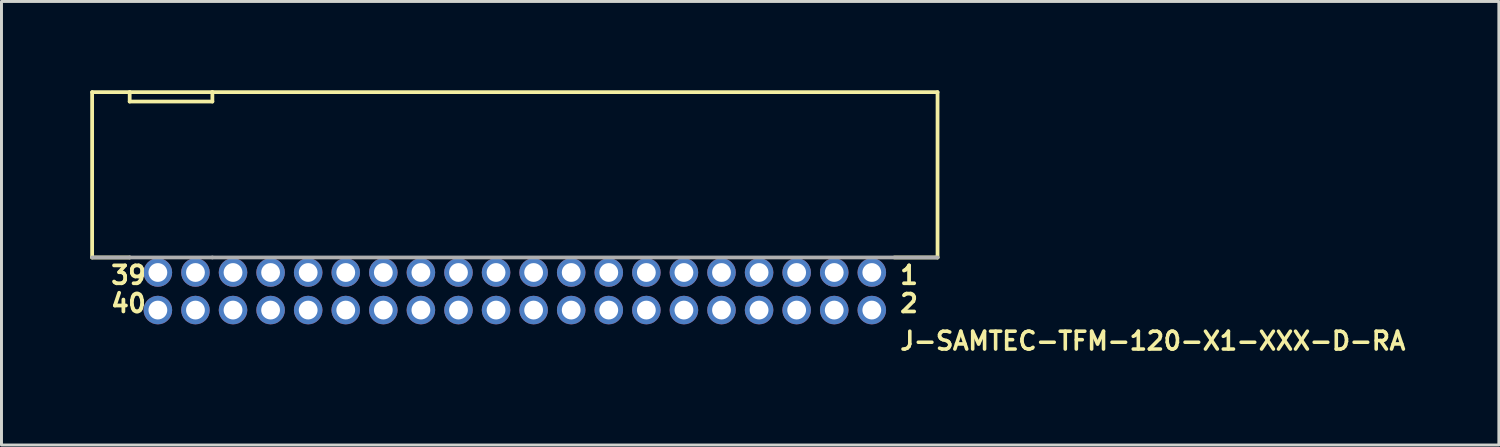
<source format=kicad_pcb>
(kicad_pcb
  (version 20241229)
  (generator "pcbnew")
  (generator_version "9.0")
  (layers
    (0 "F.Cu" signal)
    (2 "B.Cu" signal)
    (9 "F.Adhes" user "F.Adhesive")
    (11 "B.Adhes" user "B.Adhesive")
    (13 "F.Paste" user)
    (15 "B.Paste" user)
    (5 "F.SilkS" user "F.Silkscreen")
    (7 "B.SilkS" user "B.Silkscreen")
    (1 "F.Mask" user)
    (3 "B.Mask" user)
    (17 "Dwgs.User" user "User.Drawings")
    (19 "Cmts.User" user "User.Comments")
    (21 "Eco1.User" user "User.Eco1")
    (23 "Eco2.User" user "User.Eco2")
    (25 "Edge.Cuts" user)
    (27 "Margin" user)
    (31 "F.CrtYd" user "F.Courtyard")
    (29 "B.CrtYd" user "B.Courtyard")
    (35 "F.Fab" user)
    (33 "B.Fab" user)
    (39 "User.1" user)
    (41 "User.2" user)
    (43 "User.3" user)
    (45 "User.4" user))
  (footprint "J-SAMTEC-TFM-120-X1-XXX-D-RA"
    (layer "F.Cu")
    (at 14.351 6.795)
    (property "Reference" "J-SAMTEC-TFM-120-X1-XXX-D-RA" (at 12.954 2.032 0) (layer "F.SilkS") (effects (font (size 0.603 0.603) (thickness 0.121)) (justify left bottom)))
    (attr through_hole)
    (fp_line (start -14.287 -6.731) (end -13.018 -6.731) (stroke (width 0.127) (type solid)) (layer "F.SilkS"))
    (fp_line (start -14.287 -1.143) (end -14.287 -6.731) (stroke (width 0.127) (type solid)) (layer "F.SilkS"))
    (fp_line (start -14.287 -1.143) (end -13.018 -1.143) (stroke (width 0.127) (type solid)) (layer "F.SilkS"))
    (fp_line (start -13.018 -6.731) (end -13.018 -6.413) (stroke (width 0.127) (type solid)) (layer "F.SilkS"))
    (fp_line (start -13.018 -6.731) (end -10.223 -6.731) (stroke (width 0.127) (type solid)) (layer "F.SilkS"))
    (fp_line (start -13.018 -6.413) (end -10.223 -6.413) (stroke (width 0.127) (type solid)) (layer "F.SilkS"))
    (fp_line (start -10.223 -6.731) (end 14.287 -6.731) (stroke (width 0.127) (type solid)) (layer "F.SilkS"))
    (fp_line (start -10.223 -6.413) (end -10.223 -6.731) (stroke (width 0.127) (type solid)) (layer "F.SilkS"))
    (fp_line (start 12.827 -1.143) (end 14.287 -1.143) (stroke (width 0.127) (type solid)) (layer "F.SilkS"))
    (fp_line (start 14.287 -6.731) (end 14.287 -1.143) (stroke (width 0.127) (type solid)) (layer "F.SilkS"))
    (fp_line (start -14.287 -1.143) (end -13.018 -1.143) (stroke (width 0.127) (type solid)) (layer "F.Fab"))
    (fp_line (start -13.018 -1.143) (end -10.223 -1.143) (stroke (width 0.127) (type solid)) (layer "F.Fab"))
    (fp_line (start -10.223 -1.143) (end 14.287 -1.143) (stroke (width 0.127) (type solid)) (layer "F.Fab"))
    (fp_text user "1" (at 12.954 -0.191 0) (layer "F.SilkS") (effects (font (size 0.603 0.603) (thickness 0.127)) (justify left bottom)))
    (fp_text user "39" (at -13.716 -0.191 0) (layer "F.SilkS") (effects (font (size 0.603 0.603) (thickness 0.127)) (justify left bottom)))
    (fp_text user "40" (at -13.716 0.762 0) (layer "F.SilkS") (effects (font (size 0.603 0.603) (thickness 0.127)) (justify left bottom)))
    (fp_text user "2" (at 12.954 0.762 0) (layer "F.SilkS") (effects (font (size 0.603 0.603) (thickness 0.127)) (justify left bottom)))
    (pad "1" thru_hole circle (at 12.065 -0.635 90) (size 0.965 0.965) (drill 0.635) (layers "*.Cu" "*.Mask"))
    (pad "2" thru_hole circle (at 12.065 0.635 270) (size 0.965 0.965) (drill 0.635) (layers "*.Cu" "*.Mask"))
    (pad "3" thru_hole circle (at 10.795 -0.635 90) (size 0.965 0.965) (drill 0.635) (layers "*.Cu" "*.Mask"))
    (pad "4" thru_hole circle (at 10.795 0.635 270) (size 0.965 0.965) (drill 0.635) (layers "*.Cu" "*.Mask"))
    (pad "5" thru_hole circle (at 9.525 -0.635 90) (size 0.965 0.965) (drill 0.635) (layers "*.Cu" "*.Mask"))
    (pad "6" thru_hole circle (at 9.525 0.635 270) (size 0.965 0.965) (drill 0.635) (layers "*.Cu" "*.Mask"))
    (pad "7" thru_hole circle (at 8.255 -0.635 90) (size 0.965 0.965) (drill 0.635) (layers "*.Cu" "*.Mask"))
    (pad "8" thru_hole circle (at 8.255 0.635 270) (size 0.965 0.965) (drill 0.635) (layers "*.Cu" "*.Mask"))
    (pad "9" thru_hole circle (at 6.985 -0.635 90) (size 0.965 0.965) (drill 0.635) (layers "*.Cu" "*.Mask"))
    (pad "10" thru_hole circle (at 6.985 0.635 270) (size 0.965 0.965) (drill 0.635) (layers "*.Cu" "*.Mask"))
    (pad "11" thru_hole circle (at 5.715 -0.635 90) (size 0.965 0.965) (drill 0.635) (layers "*.Cu" "*.Mask"))
    (pad "12" thru_hole circle (at 5.715 0.635 270) (size 0.965 0.965) (drill 0.635) (layers "*.Cu" "*.Mask"))
    (pad "13" thru_hole circle (at 4.445 -0.635 90) (size 0.965 0.965) (drill 0.635) (layers "*.Cu" "*.Mask"))
    (pad "14" thru_hole circle (at 4.445 0.635 270) (size 0.965 0.965) (drill 0.635) (layers "*.Cu" "*.Mask"))
    (pad "15" thru_hole circle (at 3.175 -0.635 90) (size 0.965 0.965) (drill 0.635) (layers "*.Cu" "*.Mask"))
    (pad "16" thru_hole circle (at 3.175 0.635 270) (size 0.965 0.965) (drill 0.635) (layers "*.Cu" "*.Mask"))
    (pad "17" thru_hole circle (at 1.905 -0.635 90) (size 0.965 0.965) (drill 0.635) (layers "*.Cu" "*.Mask"))
    (pad "18" thru_hole circle (at 1.905 0.635 270) (size 0.965 0.965) (drill 0.635) (layers "*.Cu" "*.Mask"))
    (pad "19" thru_hole circle (at 0.635 -0.635 90) (size 0.965 0.965) (drill 0.635) (layers "*.Cu" "*.Mask"))
    (pad "20" thru_hole circle (at 0.635 0.635 270) (size 0.965 0.965) (drill 0.635) (layers "*.Cu" "*.Mask"))
    (pad "21" thru_hole circle (at -0.635 -0.635 90) (size 0.965 0.965) (drill 0.635) (layers "*.Cu" "*.Mask"))
    (pad "22" thru_hole circle (at -0.635 0.635 270) (size 0.965 0.965) (drill 0.635) (layers "*.Cu" "*.Mask"))
    (pad "23" thru_hole circle (at -1.905 -0.635 90) (size 0.965 0.965) (drill 0.635) (layers "*.Cu" "*.Mask"))
    (pad "24" thru_hole circle (at -1.905 0.635 270) (size 0.965 0.965) (drill 0.635) (layers "*.Cu" "*.Mask"))
    (pad "25" thru_hole circle (at -3.175 -0.635 90) (size 0.965 0.965) (drill 0.635) (layers "*.Cu" "*.Mask"))
    (pad "26" thru_hole circle (at -3.175 0.635 270) (size 0.965 0.965) (drill 0.635) (layers "*.Cu" "*.Mask"))
    (pad "27" thru_hole circle (at -4.445 -0.635 90) (size 0.965 0.965) (drill 0.635) (layers "*.Cu" "*.Mask"))
    (pad "28" thru_hole circle (at -4.445 0.635 270) (size 0.965 0.965) (drill 0.635) (layers "*.Cu" "*.Mask"))
    (pad "29" thru_hole circle (at -5.715 -0.635 90) (size 0.965 0.965) (drill 0.635) (layers "*.Cu" "*.Mask"))
    (pad "30" thru_hole circle (at -5.715 0.635 270) (size 0.965 0.965) (drill 0.635) (layers "*.Cu" "*.Mask"))
    (pad "31" thru_hole circle (at -6.985 -0.635 90) (size 0.965 0.965) (drill 0.635) (layers "*.Cu" "*.Mask"))
    (pad "32" thru_hole circle (at -6.985 0.635 270) (size 0.965 0.965) (drill 0.635) (layers "*.Cu" "*.Mask"))
    (pad "33" thru_hole circle (at -8.255 -0.635 90) (size 0.965 0.965) (drill 0.635) (layers "*.Cu" "*.Mask"))
    (pad "34" thru_hole circle (at -8.255 0.635 270) (size 0.965 0.965) (drill 0.635) (layers "*.Cu" "*.Mask"))
    (pad "35" thru_hole circle (at -9.525 -0.635 90) (size 0.965 0.965) (drill 0.635) (layers "*.Cu" "*.Mask"))
    (pad "36" thru_hole circle (at -9.525 0.635 270) (size 0.965 0.965) (drill 0.635) (layers "*.Cu" "*.Mask"))
    (pad "37" thru_hole circle (at -10.795 -0.635 90) (size 0.965 0.965) (drill 0.635) (layers "*.Cu" "*.Mask"))
    (pad "38" thru_hole circle (at -10.795 0.635 270) (size 0.965 0.965) (drill 0.635) (layers "*.Cu" "*.Mask"))
    (pad "39" thru_hole circle (at -12.065 -0.635 90) (size 0.965 0.965) (drill 0.635) (layers "*.Cu" "*.Mask"))
    (pad "40" thru_hole circle (at -12.065 0.635 270) (size 0.965 0.965) (drill 0.635) (layers "*.Cu" "*.Mask")))
  (gr_rect
    (start -3 -3)
    (end 47.61 11.991)
    (stroke (width 0.1) (type default))
    (fill no)
    (layer "Edge.Cuts")))
</source>
